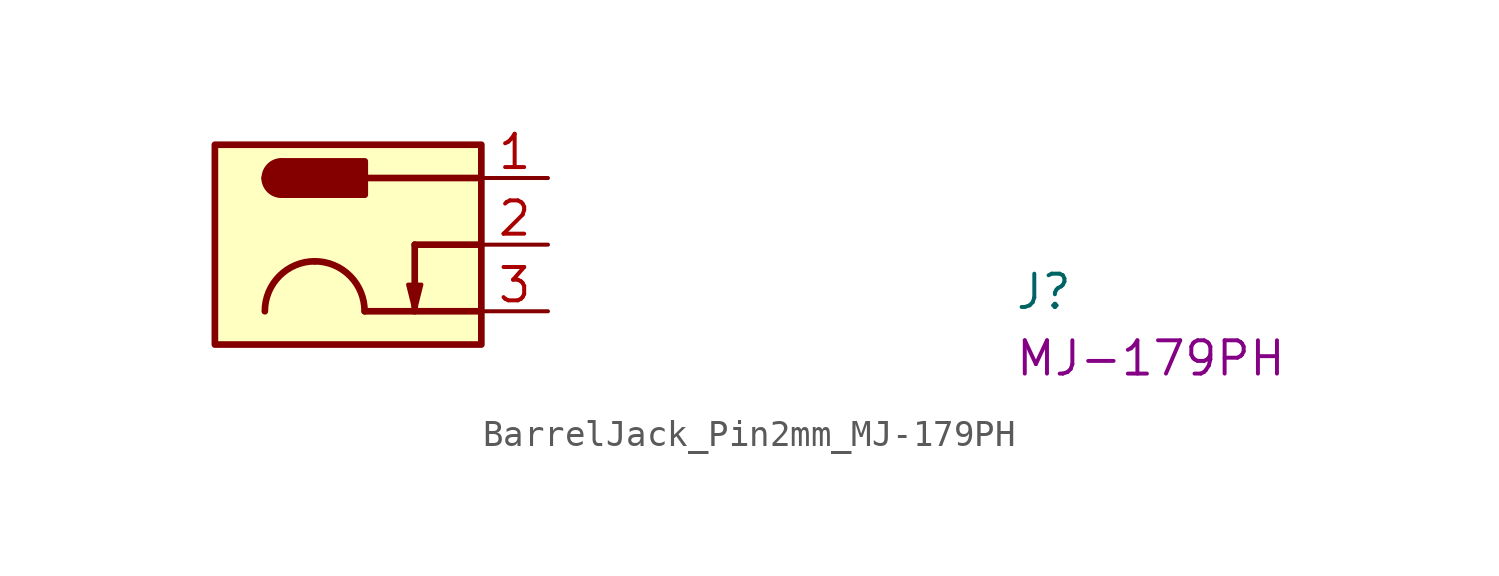
<source format=kicad_sym>
(kicad_symbol_lib
  (version 20220914)
  (generator kicad_symbol_editor)
  (symbol "BarrelJack_Pin2mm_MJ-179PH"
    (pin_names hide)
    (property "Reference" "J"
      (at 17.78 -5.08 0)
      (effects (font (size 1.27 1.27) (thickness 0.15)) (justify left bottom)))
    (property "MPN" "MJ-179PH"
      (at 17.78 -7.62 0)
      (effects (font (size 1.27 1.27) (thickness 0.15)) (justify left bottom)))
    (symbol "BarrelJack_Pin2mm_MJ-179PH_0_1"
      (polyline (pts (xy -5.08 -5.08) (xy -5.334 -4.064) (xy -4.826 -4.064) (xy -5.08 -5.08)) (stroke (width 0) (type default)) (fill (type outline))))
    (symbol "BarrelJack_Pin2mm_MJ-179PH_1_1"
      (rectangle (start -12.7 1.27) (end -2.54 -6.35) (stroke (width 0.254) (type default)) (fill (type background)))
      (arc (start -10.795 0) (mid -10.609 -0.449) (end -10.16 -0.635) (stroke (width 0.254) (type default)) (fill (type outline)))
      (rectangle (start -10.16 -0.635) (end -6.985 0.635) (stroke (width 0.254) (type default)) (fill (type outline)))
      (arc (start -10.16 0.635) (mid -10.609 0.449) (end -10.795 0) (stroke (width 0.254) (type default)) (fill (type outline)))
      (arc (start -8.89 -3.175) (mid -10.237 -3.733) (end -10.795 -5.08) (stroke (width 0.254) (type default)) (fill (type none)))
      (arc (start -6.985 -5.08) (mid -7.543 -3.733) (end -8.89 -3.175) (stroke (width 0.254) (type default)) (fill (type none)))
      (polyline (pts (xy -5.08 -2.54) (xy -5.08 -5.08)) (stroke (width 0.254) (type default)) (fill (type background)))
      (polyline (pts (xy -2.54 -5.08) (xy -6.985 -5.08)) (stroke (width 0.254) (type default)) (fill (type background)))
      (polyline (pts (xy -2.54 -2.54) (xy -5.08 -2.54)) (stroke (width 0.254) (type default)) (fill (type background)))
      (polyline (pts (xy -2.54 0) (xy -6.985 0)) (stroke (width 0.254) (type default)) (fill (type background)))
      (pin passive line (at 0 0 180) (length 2.54) (name "1" (effects (font (size 1.27 1.27)))) (number "1" (effects (font (size 1.27 1.27)))))
      (pin passive line (at 0 -2.54 180) (length 2.54) (name "2" (effects (font (size 1.27 1.27)))) (number "2" (effects (font (size 1.27 1.27)))))
      (pin passive line (at 0 -5.08 180) (length 2.54) (name "3" (effects (font (size 1.27 1.27)))) (number "3" (effects (font (size 1.27 1.27))))))))
</source>
